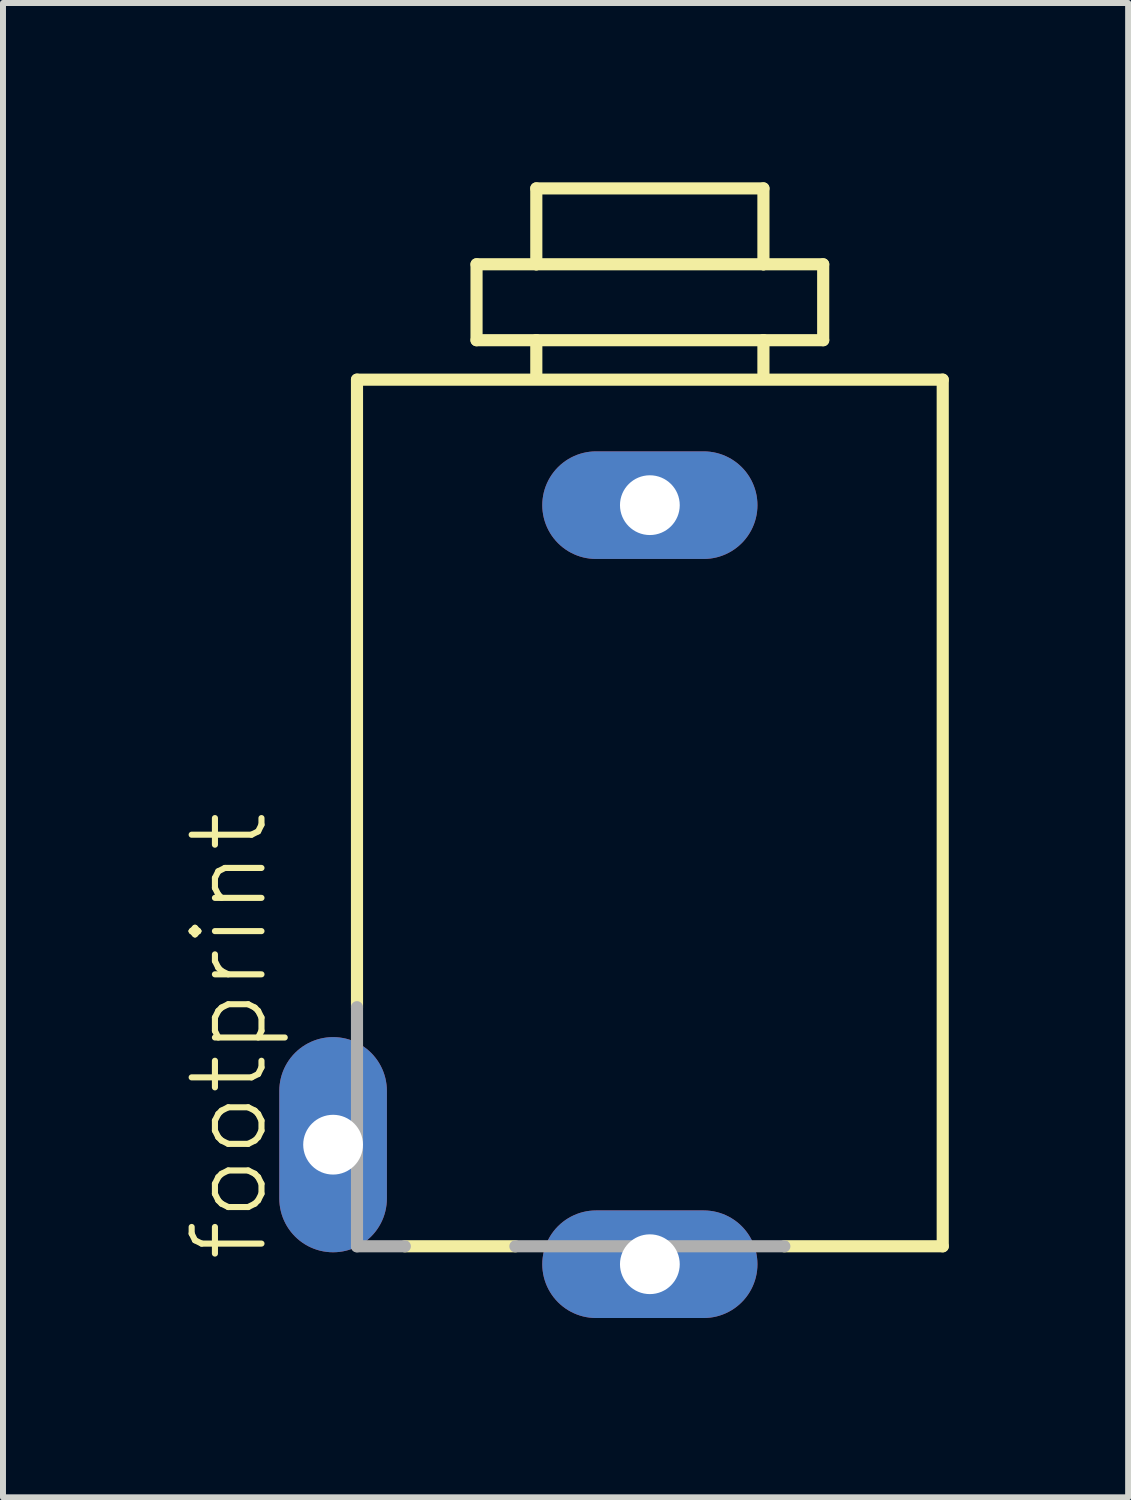
<source format=kicad_pcb>
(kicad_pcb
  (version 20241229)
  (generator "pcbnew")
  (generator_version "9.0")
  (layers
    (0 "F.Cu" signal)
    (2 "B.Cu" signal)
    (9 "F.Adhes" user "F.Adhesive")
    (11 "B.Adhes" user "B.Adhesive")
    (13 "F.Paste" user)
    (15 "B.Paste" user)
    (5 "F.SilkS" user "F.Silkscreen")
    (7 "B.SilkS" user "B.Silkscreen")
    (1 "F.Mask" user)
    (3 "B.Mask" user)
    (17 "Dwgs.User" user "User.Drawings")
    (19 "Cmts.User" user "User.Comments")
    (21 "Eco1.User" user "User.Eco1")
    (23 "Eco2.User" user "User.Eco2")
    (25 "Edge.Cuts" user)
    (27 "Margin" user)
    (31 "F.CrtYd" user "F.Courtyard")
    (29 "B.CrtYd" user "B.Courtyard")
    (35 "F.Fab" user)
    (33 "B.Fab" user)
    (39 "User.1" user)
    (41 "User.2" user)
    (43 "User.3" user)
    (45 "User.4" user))
  (footprint "footprint"
    (layer "F.Cu")
    (at 7.823 11.752)
    (property "Reference" "footprint" (at -6.35 6.35 90) (layer "F.SilkS") (effects (font (size 1.168 1.168) (thickness 0.102)) (justify left bottom)))
    (fp_line (start -4.9 -8.45) (end 4.9 -8.45) (stroke (width 0.203) (type solid)) (layer "F.SilkS"))
    (fp_line (start -4.9 2.05) (end -4.9 -8.45) (stroke (width 0.203) (type solid)) (layer "F.SilkS"))
    (fp_line (start -2.9 -10.38) (end -1.9 -10.38) (stroke (width 0.203) (type solid)) (layer "F.SilkS"))
    (fp_line (start -2.9 -9.11) (end -2.9 -10.38) (stroke (width 0.203) (type solid)) (layer "F.SilkS"))
    (fp_line (start -2.9 -9.11) (end -1.9 -9.11) (stroke (width 0.203) (type solid)) (layer "F.SilkS"))
    (fp_line (start -2.25 6.05) (end -4.1 6.05) (stroke (width 0.203) (type solid)) (layer "F.SilkS"))
    (fp_line (start -1.9 -11.65) (end 1.9 -11.65) (stroke (width 0.203) (type solid)) (layer "F.SilkS"))
    (fp_line (start -1.9 -10.38) (end -1.9 -11.65) (stroke (width 0.203) (type solid)) (layer "F.SilkS"))
    (fp_line (start -1.9 -10.38) (end 1.9 -10.38) (stroke (width 0.203) (type solid)) (layer "F.SilkS"))
    (fp_line (start -1.9 -9.11) (end 1.9 -9.11) (stroke (width 0.203) (type solid)) (layer "F.SilkS"))
    (fp_line (start -1.9 -8.55) (end -1.9 -9.11) (stroke (width 0.203) (type solid)) (layer "F.SilkS"))
    (fp_line (start 1.9 -11.65) (end 1.9 -10.38) (stroke (width 0.203) (type solid)) (layer "F.SilkS"))
    (fp_line (start 1.9 -10.38) (end 2.9 -10.38) (stroke (width 0.203) (type solid)) (layer "F.SilkS"))
    (fp_line (start 1.9 -9.11) (end 1.9 -8.55) (stroke (width 0.203) (type solid)) (layer "F.SilkS"))
    (fp_line (start 1.9 -9.11) (end 2.9 -9.11) (stroke (width 0.203) (type solid)) (layer "F.SilkS"))
    (fp_line (start 2.9 -10.38) (end 2.9 -9.11) (stroke (width 0.203) (type solid)) (layer "F.SilkS"))
    (fp_line (start 4.9 -8.45) (end 4.9 6.05) (stroke (width 0.203) (type solid)) (layer "F.SilkS"))
    (fp_line (start 4.9 6.05) (end 2.25 6.05) (stroke (width 0.203) (type solid)) (layer "F.SilkS"))
    (fp_line (start -4.9 6.05) (end -4.9 2.05) (stroke (width 0.203) (type solid)) (layer "F.Fab"))
    (fp_line (start -4.1 6.05) (end -4.9 6.05) (stroke (width 0.203) (type solid)) (layer "F.Fab"))
    (fp_line (start 2.25 6.05) (end -2.25 6.05) (stroke (width 0.203) (type solid)) (layer "F.Fab"))
    (pad "3" thru_hole oval (at 0 6.35) (size 3.6 1.8) (drill 1) (layers "*.Cu" "*.Mask"))
    (pad "4" thru_hole oval (at -5.3 4.35 90) (size 3.6 1.8) (drill 1) (layers "*.Cu" "*.Mask"))
    (pad "5" thru_hole oval (at 0 -6.35) (size 3.6 1.8) (drill 1) (layers "*.Cu" "*.Mask")))
  (gr_rect
    (start -3 -3)
    (end 15.825 22.002)
    (stroke (width 0.1) (type default))
    (fill no)
    (layer "Edge.Cuts")))
</source>
